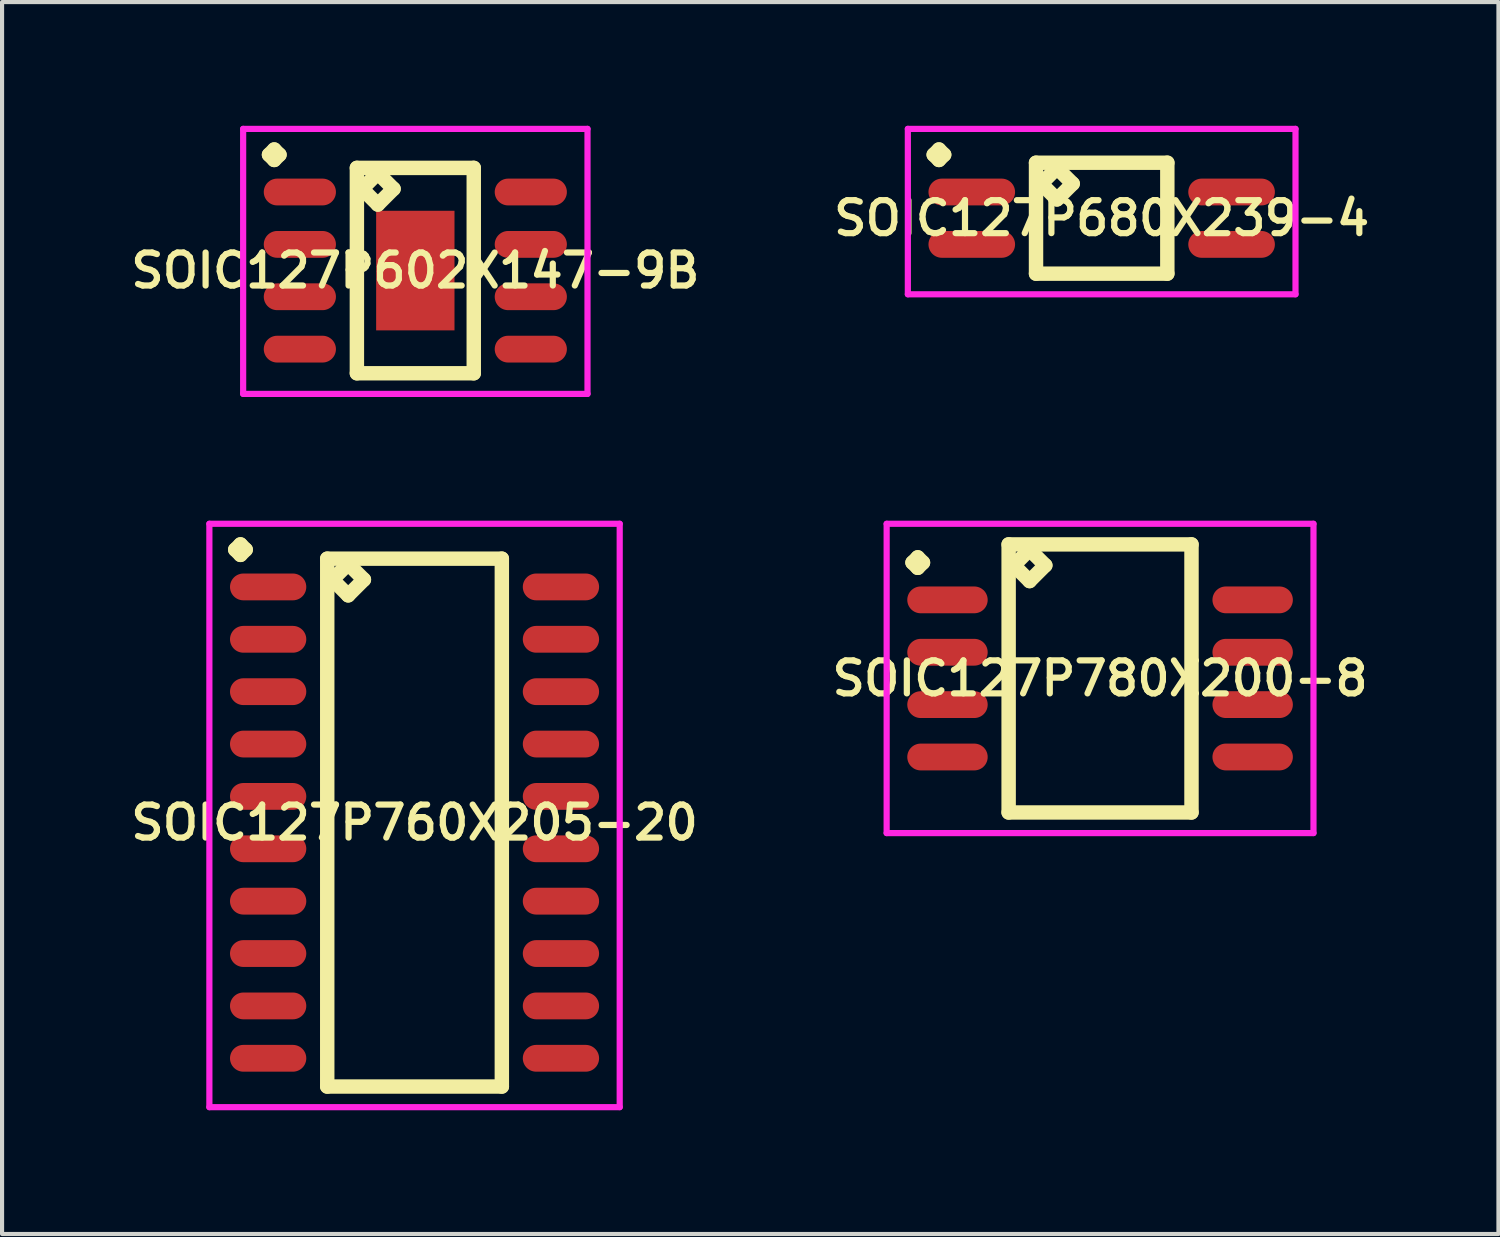
<source format=kicad_pcb>
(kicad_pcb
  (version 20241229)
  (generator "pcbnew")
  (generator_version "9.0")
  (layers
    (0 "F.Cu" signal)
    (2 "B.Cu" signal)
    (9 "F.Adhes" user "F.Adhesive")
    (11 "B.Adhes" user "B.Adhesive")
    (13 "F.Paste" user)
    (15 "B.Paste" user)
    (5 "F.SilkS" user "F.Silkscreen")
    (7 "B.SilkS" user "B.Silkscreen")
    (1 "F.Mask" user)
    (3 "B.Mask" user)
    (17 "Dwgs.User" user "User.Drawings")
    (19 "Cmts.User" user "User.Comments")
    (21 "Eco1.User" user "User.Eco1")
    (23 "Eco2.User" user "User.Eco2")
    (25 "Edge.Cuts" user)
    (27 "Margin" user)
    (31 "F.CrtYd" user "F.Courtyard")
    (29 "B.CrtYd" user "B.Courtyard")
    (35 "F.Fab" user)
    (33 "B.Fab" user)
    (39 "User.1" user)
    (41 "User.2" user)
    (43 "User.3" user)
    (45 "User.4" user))
  (footprint "SOIC127P680X239-4"
    (layer "F.Cu")
    (at 23.664 2.241)
    (property "Reference" "SOIC127P680X239-4" (at 0 0 0) (layer "F.SilkS") (effects (font (size 0.8 0.8) (thickness 0.15))))
    (attr smd)
    (fp_line (start -4.073 -1.539) (end -3.946 -1.666) (stroke (width 0.35) (type solid)) (layer "F.SilkS"))
    (fp_line (start -3.946 -1.666) (end -3.819 -1.539) (stroke (width 0.35) (type solid)) (layer "F.SilkS"))
    (fp_line (start -3.946 -1.412) (end -4.073 -1.539) (stroke (width 0.35) (type solid)) (layer "F.SilkS"))
    (fp_line (start -3.819 -1.539) (end -3.946 -1.412) (stroke (width 0.35) (type solid)) (layer "F.SilkS"))
    (fp_line (start -1.592 -1.345) (end -1.592 1.345) (stroke (width 0.35) (type solid)) (layer "F.SilkS"))
    (fp_line (start -1.592 1.345) (end 1.592 1.345) (stroke (width 0.35) (type solid)) (layer "F.SilkS"))
    (fp_line (start -1.465 -0.837) (end -1.084 -1.218) (stroke (width 0.35) (type solid)) (layer "F.SilkS"))
    (fp_line (start -1.084 -1.218) (end -0.703 -0.837) (stroke (width 0.35) (type solid)) (layer "F.SilkS"))
    (fp_line (start -1.084 -0.456) (end -1.465 -0.837) (stroke (width 0.35) (type solid)) (layer "F.SilkS"))
    (fp_line (start -0.703 -0.837) (end -1.084 -0.456) (stroke (width 0.35) (type solid)) (layer "F.SilkS"))
    (fp_line (start 1.592 -1.345) (end -1.592 -1.345) (stroke (width 0.35) (type solid)) (layer "F.SilkS"))
    (fp_line (start 1.592 1.345) (end 1.592 -1.345) (stroke (width 0.35) (type solid)) (layer "F.SilkS"))
    (fp_line (start -4.7 -2.166) (end 4.7 -2.166) (stroke (width 0.15) (type solid)) (layer "F.CrtYd"))
    (fp_line (start -4.7 1.845) (end -4.7 -2.166) (stroke (width 0.15) (type solid)) (layer "F.CrtYd"))
    (fp_line (start 4.7 -2.166) (end 4.7 1.845) (stroke (width 0.15) (type solid)) (layer "F.CrtYd"))
    (fp_line (start 4.7 1.845) (end -4.7 1.845) (stroke (width 0.15) (type solid)) (layer "F.CrtYd"))
    (pad "1" smd oval (at -3.15 -0.635) (size 2.1 0.65) (layers "F.Cu" "F.Mask" "F.Paste"))
    (pad "2" smd oval (at -3.15 0.635) (size 2.1 0.65) (layers "F.Cu" "F.Mask" "F.Paste"))
    (pad "3" smd oval (at 3.15 0.635) (size 2.1 0.65) (layers "F.Cu" "F.Mask" "F.Paste"))
    (pad "4" smd oval (at 3.15 -0.635) (size 2.1 0.65) (layers "F.Cu" "F.Mask" "F.Paste")))
  (footprint "SOIC127P780X200-8"
    (layer "F.Cu")
    (at 23.625 13.401)
    (property "Reference" "SOIC127P780X200-8" (at 0 0 0) (layer "F.SilkS") (effects (font (size 0.8 0.8) (thickness 0.15))))
    (attr smd)
    (fp_line (start -4.548 -2.809) (end -4.421 -2.936) (stroke (width 0.35) (type solid)) (layer "F.SilkS"))
    (fp_line (start -4.421 -2.936) (end -4.294 -2.809) (stroke (width 0.35) (type solid)) (layer "F.SilkS"))
    (fp_line (start -4.421 -2.682) (end -4.548 -2.809) (stroke (width 0.35) (type solid)) (layer "F.SilkS"))
    (fp_line (start -4.294 -2.809) (end -4.421 -2.682) (stroke (width 0.35) (type solid)) (layer "F.SilkS"))
    (fp_line (start -2.217 -3.25) (end -2.217 3.25) (stroke (width 0.35) (type solid)) (layer "F.SilkS"))
    (fp_line (start -2.217 3.25) (end 2.217 3.25) (stroke (width 0.35) (type solid)) (layer "F.SilkS"))
    (fp_line (start -2.09 -2.742) (end -1.709 -3.123) (stroke (width 0.35) (type solid)) (layer "F.SilkS"))
    (fp_line (start -1.709 -3.123) (end -1.328 -2.742) (stroke (width 0.35) (type solid)) (layer "F.SilkS"))
    (fp_line (start -1.709 -2.361) (end -2.09 -2.742) (stroke (width 0.35) (type solid)) (layer "F.SilkS"))
    (fp_line (start -1.328 -2.742) (end -1.709 -2.361) (stroke (width 0.35) (type solid)) (layer "F.SilkS"))
    (fp_line (start 2.217 -3.25) (end -2.217 -3.25) (stroke (width 0.35) (type solid)) (layer "F.SilkS"))
    (fp_line (start 2.217 3.25) (end 2.217 -3.25) (stroke (width 0.35) (type solid)) (layer "F.SilkS"))
    (fp_line (start -5.175 -3.75) (end 5.175 -3.75) (stroke (width 0.15) (type solid)) (layer "F.CrtYd"))
    (fp_line (start -5.175 3.75) (end -5.175 -3.75) (stroke (width 0.15) (type solid)) (layer "F.CrtYd"))
    (fp_line (start 5.175 -3.75) (end 5.175 3.75) (stroke (width 0.15) (type solid)) (layer "F.CrtYd"))
    (fp_line (start 5.175 3.75) (end -5.175 3.75) (stroke (width 0.15) (type solid)) (layer "F.CrtYd"))
    (pad "1" smd oval (at -3.7 -1.905) (size 1.95 0.65) (layers "F.Cu" "F.Mask" "F.Paste"))
    (pad "2" smd oval (at -3.7 -0.635) (size 1.95 0.65) (layers "F.Cu" "F.Mask" "F.Paste"))
    (pad "3" smd oval (at -3.7 0.635) (size 1.95 0.65) (layers "F.Cu" "F.Mask" "F.Paste"))
    (pad "4" smd oval (at -3.7 1.905) (size 1.95 0.65) (layers "F.Cu" "F.Mask" "F.Paste"))
    (pad "5" smd oval (at 3.7 1.905) (size 1.95 0.65) (layers "F.Cu" "F.Mask" "F.Paste"))
    (pad "6" smd oval (at 3.7 0.635) (size 1.95 0.65) (layers "F.Cu" "F.Mask" "F.Paste"))
    (pad "7" smd oval (at 3.7 -0.635) (size 1.95 0.65) (layers "F.Cu" "F.Mask" "F.Paste"))
    (pad "8" smd oval (at 3.7 -1.905) (size 1.95 0.65) (layers "F.Cu" "F.Mask" "F.Paste")))
  (footprint "SOIC127P760X205-20"
    (layer "F.Cu")
    (at 7.002 16.897)
    (property "Reference" "SOIC127P760X205-20" (at 0 0 0) (layer "F.SilkS") (effects (font (size 0.8 0.8) (thickness 0.15))))
    (attr smd)
    (fp_line (start -4.348 -6.619) (end -4.221 -6.746) (stroke (width 0.35) (type solid)) (layer "F.SilkS"))
    (fp_line (start -4.221 -6.746) (end -4.094 -6.619) (stroke (width 0.35) (type solid)) (layer "F.SilkS"))
    (fp_line (start -4.221 -6.492) (end -4.348 -6.619) (stroke (width 0.35) (type solid)) (layer "F.SilkS"))
    (fp_line (start -4.094 -6.619) (end -4.221 -6.492) (stroke (width 0.35) (type solid)) (layer "F.SilkS"))
    (fp_line (start -2.117 -6.4) (end -2.117 6.4) (stroke (width 0.35) (type solid)) (layer "F.SilkS"))
    (fp_line (start -2.117 6.4) (end 2.117 6.4) (stroke (width 0.35) (type solid)) (layer "F.SilkS"))
    (fp_line (start -1.99 -5.892) (end -1.609 -6.273) (stroke (width 0.35) (type solid)) (layer "F.SilkS"))
    (fp_line (start -1.609 -6.273) (end -1.228 -5.892) (stroke (width 0.35) (type solid)) (layer "F.SilkS"))
    (fp_line (start -1.609 -5.511) (end -1.99 -5.892) (stroke (width 0.35) (type solid)) (layer "F.SilkS"))
    (fp_line (start -1.228 -5.892) (end -1.609 -5.511) (stroke (width 0.35) (type solid)) (layer "F.SilkS"))
    (fp_line (start 2.117 -6.4) (end -2.117 -6.4) (stroke (width 0.35) (type solid)) (layer "F.SilkS"))
    (fp_line (start 2.117 6.4) (end 2.117 -6.4) (stroke (width 0.35) (type solid)) (layer "F.SilkS"))
    (fp_line (start -4.975 -7.246) (end 4.975 -7.246) (stroke (width 0.15) (type solid)) (layer "F.CrtYd"))
    (fp_line (start -4.975 6.9) (end -4.975 -7.246) (stroke (width 0.15) (type solid)) (layer "F.CrtYd"))
    (fp_line (start 4.975 -7.246) (end 4.975 6.9) (stroke (width 0.15) (type solid)) (layer "F.CrtYd"))
    (fp_line (start 4.975 6.9) (end -4.975 6.9) (stroke (width 0.15) (type solid)) (layer "F.CrtYd"))
    (pad "1" smd oval (at -3.55 -5.715) (size 1.85 0.65) (layers "F.Cu" "F.Mask" "F.Paste"))
    (pad "2" smd oval (at -3.55 -4.445) (size 1.85 0.65) (layers "F.Cu" "F.Mask" "F.Paste"))
    (pad "3" smd oval (at -3.55 -3.175) (size 1.85 0.65) (layers "F.Cu" "F.Mask" "F.Paste"))
    (pad "4" smd oval (at -3.55 -1.905) (size 1.85 0.65) (layers "F.Cu" "F.Mask" "F.Paste"))
    (pad "5" smd oval (at -3.55 -0.635) (size 1.85 0.65) (layers "F.Cu" "F.Mask" "F.Paste"))
    (pad "6" smd oval (at -3.55 0.635) (size 1.85 0.65) (layers "F.Cu" "F.Mask" "F.Paste"))
    (pad "7" smd oval (at -3.55 1.905) (size 1.85 0.65) (layers "F.Cu" "F.Mask" "F.Paste"))
    (pad "8" smd oval (at -3.55 3.175) (size 1.85 0.65) (layers "F.Cu" "F.Mask" "F.Paste"))
    (pad "9" smd oval (at -3.55 4.445) (size 1.85 0.65) (layers "F.Cu" "F.Mask" "F.Paste"))
    (pad "10" smd oval (at -3.55 5.715) (size 1.85 0.65) (layers "F.Cu" "F.Mask" "F.Paste"))
    (pad "11" smd oval (at 3.55 5.715) (size 1.85 0.65) (layers "F.Cu" "F.Mask" "F.Paste"))
    (pad "12" smd oval (at 3.55 4.445) (size 1.85 0.65) (layers "F.Cu" "F.Mask" "F.Paste"))
    (pad "13" smd oval (at 3.55 3.175) (size 1.85 0.65) (layers "F.Cu" "F.Mask" "F.Paste"))
    (pad "14" smd oval (at 3.55 1.905) (size 1.85 0.65) (layers "F.Cu" "F.Mask" "F.Paste"))
    (pad "15" smd oval (at 3.55 0.635) (size 1.85 0.65) (layers "F.Cu" "F.Mask" "F.Paste"))
    (pad "16" smd oval (at 3.55 -0.635) (size 1.85 0.65) (layers "F.Cu" "F.Mask" "F.Paste"))
    (pad "17" smd oval (at 3.55 -1.905) (size 1.85 0.65) (layers "F.Cu" "F.Mask" "F.Paste"))
    (pad "18" smd oval (at 3.55 -3.175) (size 1.85 0.65) (layers "F.Cu" "F.Mask" "F.Paste"))
    (pad "19" smd oval (at 3.55 -4.445) (size 1.85 0.65) (layers "F.Cu" "F.Mask" "F.Paste"))
    (pad "20" smd oval (at 3.55 -5.715) (size 1.85 0.65) (layers "F.Cu" "F.Mask" "F.Paste")))
  (footprint "SOIC127P602X147-9B"
    (layer "F.Cu")
    (at 7.021 3.511)
    (property "Reference" "SOIC127P602X147-9B" (at 0 0 0) (layer "F.SilkS") (effects (font (size 0.8 0.8) (thickness 0.15))))
    (attr smd)
    (fp_line (start -3.548 -2.809) (end -3.421 -2.936) (stroke (width 0.35) (type solid)) (layer "F.SilkS"))
    (fp_line (start -3.421 -2.936) (end -3.294 -2.809) (stroke (width 0.35) (type solid)) (layer "F.SilkS"))
    (fp_line (start -3.421 -2.682) (end -3.548 -2.809) (stroke (width 0.35) (type solid)) (layer "F.SilkS"))
    (fp_line (start -3.294 -2.809) (end -3.421 -2.682) (stroke (width 0.35) (type solid)) (layer "F.SilkS"))
    (fp_line (start -1.417 -2.49) (end -1.417 2.49) (stroke (width 0.35) (type solid)) (layer "F.SilkS"))
    (fp_line (start -1.417 2.49) (end 1.417 2.49) (stroke (width 0.35) (type solid)) (layer "F.SilkS"))
    (fp_line (start -1.29 -1.982) (end -0.909 -2.363) (stroke (width 0.35) (type solid)) (layer "F.SilkS"))
    (fp_line (start -0.909 -2.363) (end -0.528 -1.982) (stroke (width 0.35) (type solid)) (layer "F.SilkS"))
    (fp_line (start -0.909 -1.601) (end -1.29 -1.982) (stroke (width 0.35) (type solid)) (layer "F.SilkS"))
    (fp_line (start -0.528 -1.982) (end -0.909 -1.601) (stroke (width 0.35) (type solid)) (layer "F.SilkS"))
    (fp_line (start 1.417 -2.49) (end -1.417 -2.49) (stroke (width 0.35) (type solid)) (layer "F.SilkS"))
    (fp_line (start 1.417 2.49) (end 1.417 -2.49) (stroke (width 0.35) (type solid)) (layer "F.SilkS"))
    (fp_line (start -4.175 -3.436) (end 4.175 -3.436) (stroke (width 0.15) (type solid)) (layer "F.CrtYd"))
    (fp_line (start -4.175 2.99) (end -4.175 -3.436) (stroke (width 0.15) (type solid)) (layer "F.CrtYd"))
    (fp_line (start 4.175 -3.436) (end 4.175 2.99) (stroke (width 0.15) (type solid)) (layer "F.CrtYd"))
    (fp_line (start 4.175 2.99) (end -4.175 2.99) (stroke (width 0.15) (type solid)) (layer "F.CrtYd"))
    (pad "1" smd oval (at -2.8 -1.905) (size 1.75 0.65) (layers "F.Cu" "F.Mask" "F.Paste"))
    (pad "2" smd oval (at -2.8 -0.635) (size 1.75 0.65) (layers "F.Cu" "F.Mask" "F.Paste"))
    (pad "3" smd oval (at -2.8 0.635) (size 1.75 0.65) (layers "F.Cu" "F.Mask" "F.Paste"))
    (pad "4" smd oval (at -2.8 1.905) (size 1.75 0.65) (layers "F.Cu" "F.Mask" "F.Paste"))
    (pad "5" smd oval (at 2.8 1.905) (size 1.75 0.65) (layers "F.Cu" "F.Mask" "F.Paste"))
    (pad "6" smd oval (at 2.8 0.635) (size 1.75 0.65) (layers "F.Cu" "F.Mask" "F.Paste"))
    (pad "7" smd oval (at 2.8 -0.635) (size 1.75 0.65) (layers "F.Cu" "F.Mask" "F.Paste"))
    (pad "8" smd oval (at 2.8 -1.905) (size 1.75 0.65) (layers "F.Cu" "F.Mask" "F.Paste"))
    (pad "9" smd rect (at 0 0) (size 1.9 2.9) (layers "F.Cu" "F.Mask" "F.Paste")))
  (gr_rect
    (start -3 -3)
    (end 33.285 26.872)
    (stroke (width 0.1) (type default))
    (fill no)
    (layer "Edge.Cuts")))
</source>
